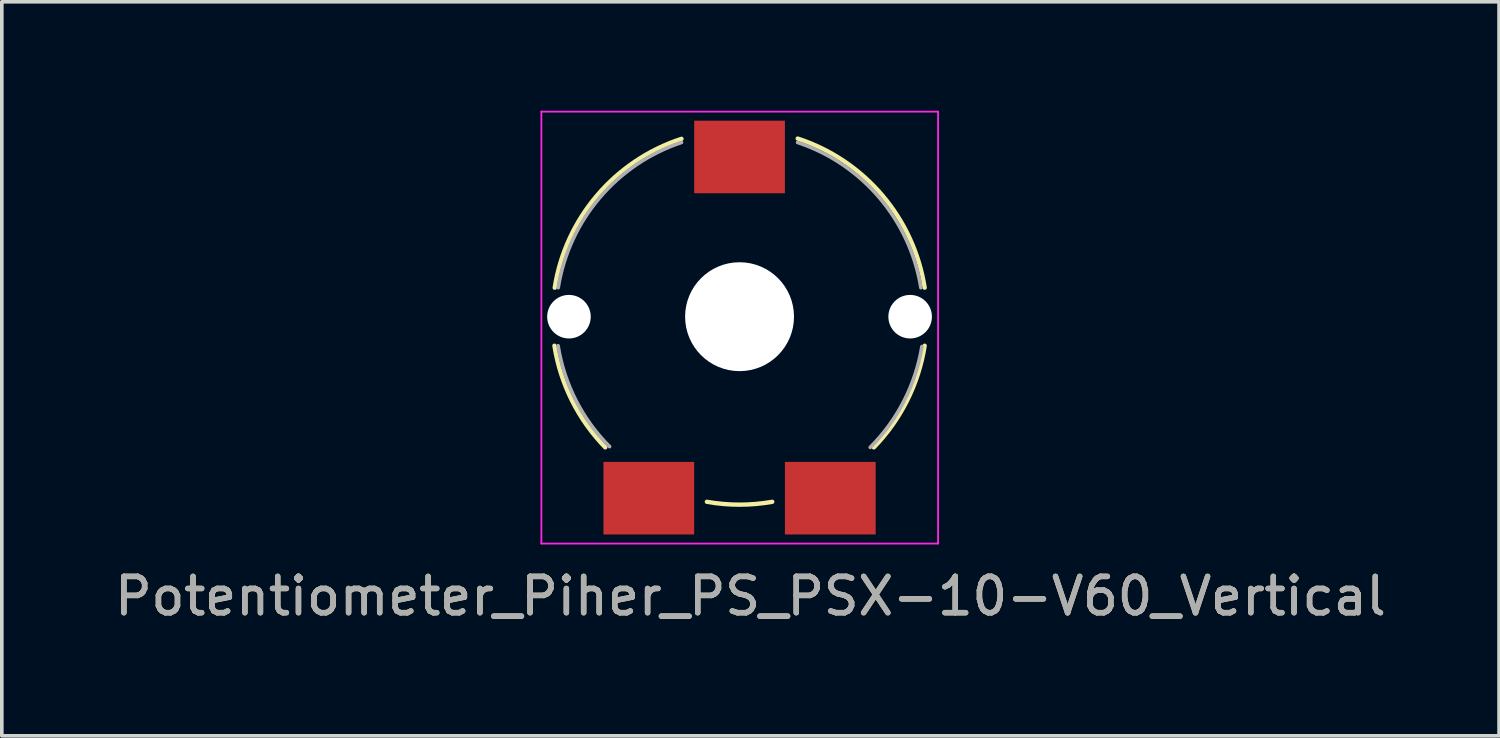
<source format=kicad_pcb>
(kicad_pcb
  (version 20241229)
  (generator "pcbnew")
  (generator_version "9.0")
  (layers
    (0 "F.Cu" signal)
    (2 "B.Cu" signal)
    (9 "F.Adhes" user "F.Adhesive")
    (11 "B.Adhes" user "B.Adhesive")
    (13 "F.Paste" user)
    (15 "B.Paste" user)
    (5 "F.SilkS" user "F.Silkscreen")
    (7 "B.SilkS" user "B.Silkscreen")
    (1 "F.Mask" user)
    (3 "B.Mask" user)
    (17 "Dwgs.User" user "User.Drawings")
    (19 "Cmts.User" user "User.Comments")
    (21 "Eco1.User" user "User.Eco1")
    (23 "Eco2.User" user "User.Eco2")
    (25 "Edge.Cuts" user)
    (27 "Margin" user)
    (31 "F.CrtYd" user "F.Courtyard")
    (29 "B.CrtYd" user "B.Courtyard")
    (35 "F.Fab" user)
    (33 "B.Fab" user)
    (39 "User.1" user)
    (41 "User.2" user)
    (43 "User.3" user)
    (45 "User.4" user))
  (footprint "Potentiometer_Piher_PS_PSX-10-V60_Vertical"
    (layer "F.Cu")
    (at 17.325 5.975)
    (property "Reference" "Potentiometer_Piher_PS_PSX-10-V60_Vertical" (at 0.3 7.4 0) (layer "F.SilkS") (effects (font (size 1 1) (thickness 0.15))))
    (attr smd)
    (fp_arc (start -5.092339 -1.098798) (mid -3.924514 -3.641883) (end -1.6 -5.2) (stroke (width 0.12) (type solid)) (layer "F.SilkS"))
    (fp_arc (start -3.7 3.299999) (mid -4.617358 2.008678) (end -5.099999 0.499999) (stroke (width 0.12) (type solid)) (layer "F.SilkS"))
    (fp_arc (start 0.9 4.799999) (mid 0 4.878802) (end -0.9 4.799999) (stroke (width 0.12) (type solid)) (layer "F.SilkS"))
    (fp_arc (start 1.602407 -5.20737) (mid 3.930418 -3.646909) (end 5.099999 -1.099999) (stroke (width 0.12) (type solid)) (layer "F.SilkS"))
    (fp_arc (start 5.1 0.5) (mid 4.617359 2.008679) (end 3.7 3.3) (stroke (width 0.12) (type solid)) (layer "F.SilkS"))
    (fp_line (start -5.46 -5.95) (end -5.46 5.95) (stroke (width 0.05) (type solid)) (layer "F.CrtYd"))
    (fp_line (start -5.46 -5.95) (end 5.47 -5.95) (stroke (width 0.05) (type solid)) (layer "F.CrtYd"))
    (fp_line (start -5.46 5.95) (end 5.47 5.95) (stroke (width 0.05) (type solid)) (layer "F.CrtYd"))
    (fp_line (start 5.47 5.95) (end 5.47 -5.95) (stroke (width 0.05) (type solid)) (layer "F.CrtYd"))
    (fp_arc (start -4.996097 -1.099376) (mid -3.857249 -3.574389) (end -1.599999 -5.099999) (stroke (width 0.1) (type solid)) (layer "F.Fab"))
    (fp_arc (start -3.58111 3.279894) (mid -4.510079 2.001994) (end -4.999999 0.499999) (stroke (width 0.1) (type solid)) (layer "F.Fab"))
    (fp_arc (start 1.599999 -5.099999) (mid 3.857249 -3.574389) (end 4.996097 -1.099376) (stroke (width 0.1) (type solid)) (layer "F.Fab"))
    (fp_arc (start 5.024248 0.522752) (mid 4.530197 2.02321) (end 3.599999 3.299999) (stroke (width 0.1) (type solid)) (layer "F.Fab"))
    (fp_text user "${REFERENCE}" (at 0.3 7.4 0) (layer "F.Fab") (effects (font (size 1 1) (thickness 0.15))))
    (pad "" np_thru_hole circle (at -4.7 -0.3) (size 1.2 1.2) (drill 1.2) (layers "*.Cu" "*.Mask"))
    (pad "" np_thru_hole circle (at 0 -0.3) (size 3 3) (drill 3) (layers "*.Cu" "*.Mask"))
    (pad "" np_thru_hole circle (at 4.7 -0.3) (size 1.2 1.2) (drill 1.2) (layers "*.Cu" "*.Mask"))
    (pad "1" smd rect (at -2.5 4.7) (size 2.5 2) (layers "F.Cu" "F.Mask" "F.Paste"))
    (pad "2" smd rect (at 0 -4.7) (size 2.5 2) (layers "F.Cu" "F.Mask" "F.Paste"))
    (pad "3" smd rect (at 2.5 4.7) (size 2.5 2) (layers "F.Cu" "F.Mask" "F.Paste")))
  (gr_rect
    (start -3 -3)
    (end 38.25 17.223)
    (stroke (width 0.1) (type default))
    (fill no)
    (layer "Edge.Cuts")))
</source>
